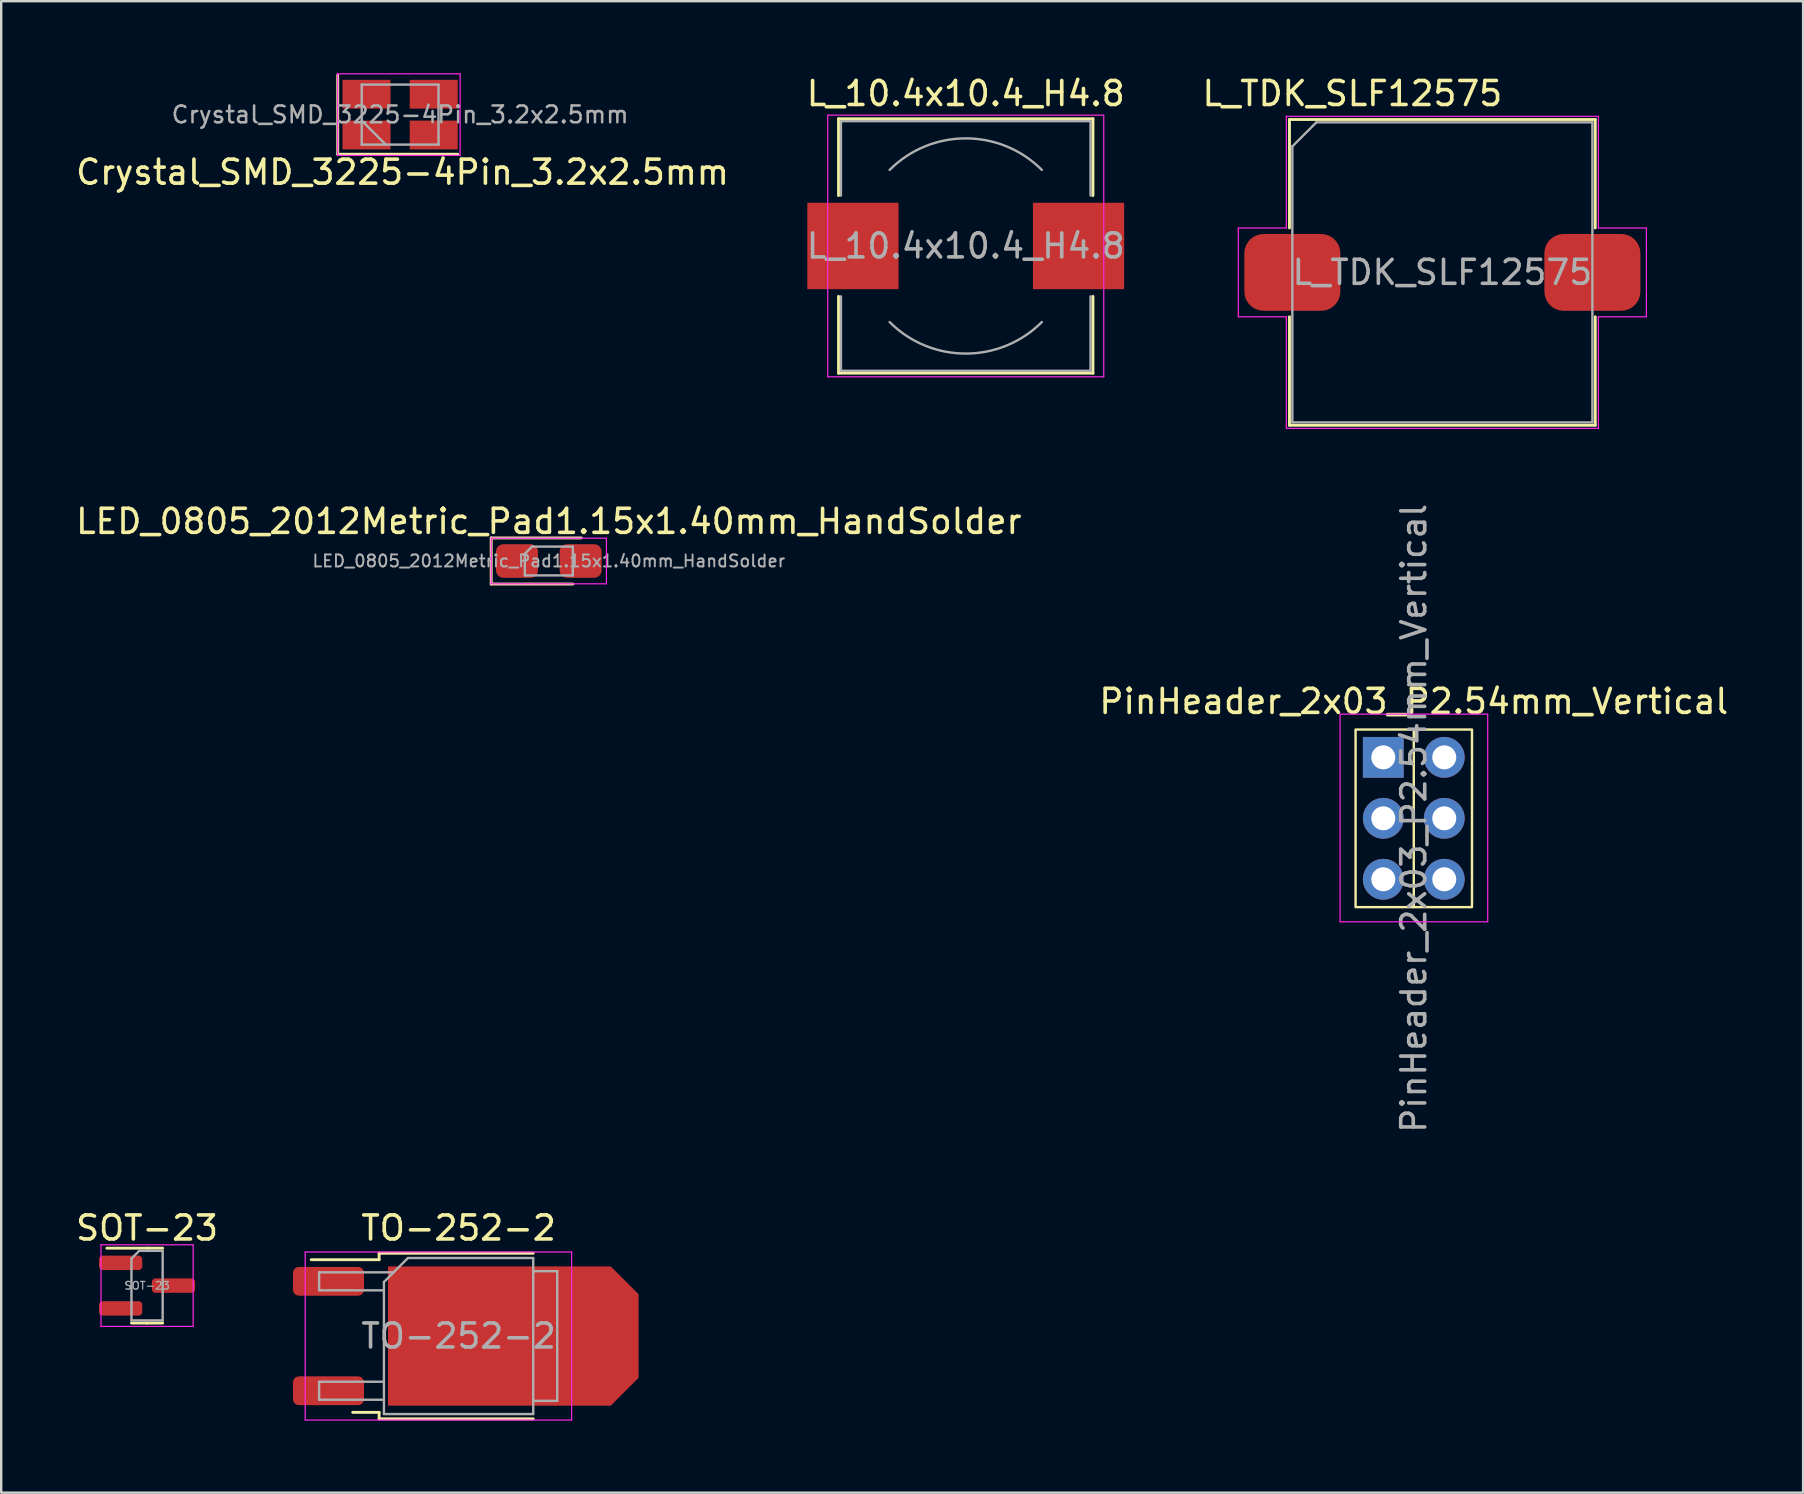
<source format=kicad_pcb>
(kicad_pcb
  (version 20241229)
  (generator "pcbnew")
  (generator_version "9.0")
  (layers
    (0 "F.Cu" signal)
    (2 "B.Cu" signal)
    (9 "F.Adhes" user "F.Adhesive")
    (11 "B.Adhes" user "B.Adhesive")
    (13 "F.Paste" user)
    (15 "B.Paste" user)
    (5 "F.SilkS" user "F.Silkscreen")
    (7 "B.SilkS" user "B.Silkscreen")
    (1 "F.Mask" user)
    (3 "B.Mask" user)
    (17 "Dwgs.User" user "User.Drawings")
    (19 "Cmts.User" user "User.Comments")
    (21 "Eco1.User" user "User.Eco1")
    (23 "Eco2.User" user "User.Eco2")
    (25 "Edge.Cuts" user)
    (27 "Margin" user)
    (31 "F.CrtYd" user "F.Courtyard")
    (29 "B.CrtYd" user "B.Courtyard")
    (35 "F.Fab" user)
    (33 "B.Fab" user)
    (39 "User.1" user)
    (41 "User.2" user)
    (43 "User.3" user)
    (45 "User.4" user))
  (footprint "TO-252-2"
    (layer "F.Cu")
    (at 16.055 52.612)
    (property "Reference" "TO-252-2" (at 0 -4.5 0) (layer "F.SilkS") (effects (font (size 1 1) (thickness 0.15))))
    (attr smd)
    (fp_line (start -3.31 -3.45) (end -3.31 -3.18) (stroke (width 0.12) (type solid)) (layer "F.SilkS"))
    (fp_line (start -3.31 -3.18) (end -6.14 -3.18) (stroke (width 0.12) (type solid)) (layer "F.SilkS"))
    (fp_line (start -3.31 3.18) (end -4.41 3.18) (stroke (width 0.12) (type solid)) (layer "F.SilkS"))
    (fp_line (start -3.31 3.45) (end -3.31 3.18) (stroke (width 0.12) (type solid)) (layer "F.SilkS"))
    (fp_line (start 3.11 -3.45) (end -3.31 -3.45) (stroke (width 0.12) (type solid)) (layer "F.SilkS"))
    (fp_line (start 3.11 3.45) (end -3.31 3.45) (stroke (width 0.12) (type solid)) (layer "F.SilkS"))
    (fp_line (start -6.39 -3.5) (end -6.39 3.5) (stroke (width 0.05) (type solid)) (layer "F.CrtYd"))
    (fp_line (start -6.39 3.5) (end 4.71 3.5) (stroke (width 0.05) (type solid)) (layer "F.CrtYd"))
    (fp_line (start 4.71 -3.5) (end -6.39 -3.5) (stroke (width 0.05) (type solid)) (layer "F.CrtYd"))
    (fp_line (start 4.71 3.5) (end 4.71 -3.5) (stroke (width 0.05) (type solid)) (layer "F.CrtYd"))
    (fp_line (start -5.81 -2.655) (end -5.81 -1.905) (stroke (width 0.1) (type solid)) (layer "F.Fab"))
    (fp_line (start -5.81 -1.905) (end -3.11 -1.905) (stroke (width 0.1) (type solid)) (layer "F.Fab"))
    (fp_line (start -5.81 1.905) (end -5.81 2.655) (stroke (width 0.1) (type solid)) (layer "F.Fab"))
    (fp_line (start -5.81 2.655) (end -3.11 2.655) (stroke (width 0.1) (type solid)) (layer "F.Fab"))
    (fp_line (start -3.11 -2.25) (end -2.11 -3.25) (stroke (width 0.1) (type solid)) (layer "F.Fab"))
    (fp_line (start -3.11 1.905) (end -5.81 1.905) (stroke (width 0.1) (type solid)) (layer "F.Fab"))
    (fp_line (start -3.11 3.25) (end -3.11 -2.25) (stroke (width 0.1) (type solid)) (layer "F.Fab"))
    (fp_line (start -2.705 -2.655) (end -5.81 -2.655) (stroke (width 0.1) (type solid)) (layer "F.Fab"))
    (fp_line (start -2.11 -3.25) (end 3.11 -3.25) (stroke (width 0.1) (type solid)) (layer "F.Fab"))
    (fp_line (start 3.11 -3.25) (end 3.11 3.25) (stroke (width 0.1) (type solid)) (layer "F.Fab"))
    (fp_line (start 3.11 -2.7) (end 4.11 -2.7) (stroke (width 0.1) (type solid)) (layer "F.Fab"))
    (fp_line (start 3.11 3.25) (end -3.11 3.25) (stroke (width 0.1) (type solid)) (layer "F.Fab"))
    (fp_line (start 4.11 -2.7) (end 4.11 2.7) (stroke (width 0.1) (type solid)) (layer "F.Fab"))
    (fp_line (start 4.11 2.7) (end 3.11 2.7) (stroke (width 0.1) (type solid)) (layer "F.Fab"))
    (fp_text user "${REFERENCE}" (at 0 0 0) (layer "F.Fab") (effects (font (size 1 1) (thickness 0.15))))
    (pad "1" smd roundrect (at -5.42 -2.28) (size 2.96 1.2) (layers "F.Cu" "F.Mask" "F.Paste") (roundrect_rratio 0.208))
    (pad "2" smd roundrect (at 2.28 0) (size 10.44 5.8) (layers "F.Cu" "F.Mask") (roundrect_rratio 0) (chamfer_ratio 0.2) (chamfer top_right bottom_right))
    (pad "3" smd roundrect (at -5.42 2.28) (size 2.96 1.2) (layers "F.Cu" "F.Mask" "F.Paste") (roundrect_rratio 0.208)))
  (footprint "L_10.4x10.4_H4.8"
    (layer "F.Cu")
    (at 37.185 7.198)
    (property "Reference" "L_10.4x10.4_H4.8" (at 0 -6.35 0) (layer "F.SilkS") (effects (font (size 1 1) (thickness 0.15))))
    (attr smd)
    (fp_line (start -5.3 -5.3) (end 5.3 -5.3) (stroke (width 0.12) (type solid)) (layer "F.SilkS"))
    (fp_line (start -5.3 -2.1) (end -5.3 -5.3) (stroke (width 0.12) (type solid)) (layer "F.SilkS"))
    (fp_line (start -5.3 5.3) (end -5.3 2.1) (stroke (width 0.12) (type solid)) (layer "F.SilkS"))
    (fp_line (start 5.3 -5.3) (end 5.3 -2.1) (stroke (width 0.12) (type solid)) (layer "F.SilkS"))
    (fp_line (start 5.3 2.1) (end 5.3 5.3) (stroke (width 0.12) (type solid)) (layer "F.SilkS"))
    (fp_line (start 5.3 5.3) (end -5.3 5.3) (stroke (width 0.12) (type solid)) (layer "F.SilkS"))
    (fp_line (start -5.75 -5.45) (end -5.75 5.45) (stroke (width 0.05) (type solid)) (layer "F.CrtYd"))
    (fp_line (start -5.75 5.45) (end 5.75 5.45) (stroke (width 0.05) (type solid)) (layer "F.CrtYd"))
    (fp_line (start 5.75 -5.45) (end -5.75 -5.45) (stroke (width 0.05) (type solid)) (layer "F.CrtYd"))
    (fp_line (start 5.75 5.45) (end 5.75 -5.45) (stroke (width 0.05) (type solid)) (layer "F.CrtYd"))
    (fp_line (start -5.2 -5.2) (end -5.2 -2.1) (stroke (width 0.1) (type solid)) (layer "F.Fab"))
    (fp_line (start -5.2 -5.2) (end 5.2 -5.2) (stroke (width 0.1) (type solid)) (layer "F.Fab"))
    (fp_line (start -5.2 5.2) (end -5.2 2.1) (stroke (width 0.1) (type solid)) (layer "F.Fab"))
    (fp_line (start -5.2 5.2) (end 5.2 5.2) (stroke (width 0.1) (type solid)) (layer "F.Fab"))
    (fp_line (start 5.2 -5.2) (end 5.2 -2.1) (stroke (width 0.1) (type solid)) (layer "F.Fab"))
    (fp_line (start 5.2 5.2) (end 5.2 2.1) (stroke (width 0.1) (type solid)) (layer "F.Fab"))
    (fp_arc (start -3.17 -3.17) (mid 0 -4.483057) (end 3.17 -3.17) (stroke (width 0.1) (type solid)) (layer "F.Fab"))
    (fp_arc (start 3.17 3.17) (mid 0 4.483057) (end -3.17 3.17) (stroke (width 0.1) (type solid)) (layer "F.Fab"))
    (fp_text user "${REFERENCE}" (at 0 0 0) (layer "F.Fab") (effects (font (size 1 1) (thickness 0.15))))
    (pad "1" smd rect (at -4.7 0) (size 3.8 3.6) (layers "F.Cu" "F.Mask" "F.Paste"))
    (pad "2" smd rect (at 4.7 0) (size 3.8 3.6) (layers "F.Cu" "F.Mask" "F.Paste")))
  (footprint "L_TDK_SLF12575"
    (layer "F.Cu")
    (at 57.042 8.298)
    (property "Reference" "L_TDK_SLF12575" (at -3.75 -7.45 0) (layer "F.SilkS") (effects (font (size 1 1) (thickness 0.15))))
    (attr smd)
    (fp_line (start -6.37 -6.37) (end -6.37 -1.85) (stroke (width 0.12) (type solid)) (layer "F.SilkS"))
    (fp_line (start -6.37 -6.37) (end 6.37 -6.37) (stroke (width 0.12) (type solid)) (layer "F.SilkS"))
    (fp_line (start -6.37 1.85) (end -6.37 6.37) (stroke (width 0.12) (type solid)) (layer "F.SilkS"))
    (fp_line (start -6.37 6.37) (end 6.37 6.37) (stroke (width 0.12) (type solid)) (layer "F.SilkS"))
    (fp_line (start 6.37 -6.37) (end 6.37 -1.85) (stroke (width 0.12) (type solid)) (layer "F.SilkS"))
    (fp_line (start 6.37 1.85) (end 6.37 6.37) (stroke (width 0.12) (type solid)) (layer "F.SilkS"))
    (fp_line (start -8.5 -1.85) (end -8.5 1.85) (stroke (width 0.05) (type solid)) (layer "F.CrtYd"))
    (fp_line (start -8.5 1.85) (end -6.5 1.85) (stroke (width 0.05) (type solid)) (layer "F.CrtYd"))
    (fp_line (start -6.5 -6.5) (end -6.5 -1.85) (stroke (width 0.05) (type solid)) (layer "F.CrtYd"))
    (fp_line (start -6.5 -6.5) (end 6.5 -6.5) (stroke (width 0.05) (type solid)) (layer "F.CrtYd"))
    (fp_line (start -6.5 -1.85) (end -8.5 -1.85) (stroke (width 0.05) (type solid)) (layer "F.CrtYd"))
    (fp_line (start -6.5 1.85) (end -6.5 6.5) (stroke (width 0.05) (type solid)) (layer "F.CrtYd"))
    (fp_line (start -6.5 6.5) (end 6.5 6.5) (stroke (width 0.05) (type solid)) (layer "F.CrtYd"))
    (fp_line (start 6.5 -6.5) (end 6.5 -1.85) (stroke (width 0.05) (type solid)) (layer "F.CrtYd"))
    (fp_line (start 6.5 -1.85) (end 8.5 -1.85) (stroke (width 0.05) (type solid)) (layer "F.CrtYd"))
    (fp_line (start 6.5 1.85) (end 6.5 6.5) (stroke (width 0.05) (type solid)) (layer "F.CrtYd"))
    (fp_line (start 8.5 -1.85) (end 8.5 1.85) (stroke (width 0.05) (type solid)) (layer "F.CrtYd"))
    (fp_line (start 8.5 1.85) (end 6.5 1.85) (stroke (width 0.05) (type solid)) (layer "F.CrtYd"))
    (fp_line (start -6.25 -5.25) (end -5.25 -6.25) (stroke (width 0.1) (type solid)) (layer "F.Fab"))
    (fp_line (start -6.25 6.25) (end -6.25 -5.25) (stroke (width 0.1) (type solid)) (layer "F.Fab"))
    (fp_line (start -5.25 -6.25) (end 6.25 -6.25) (stroke (width 0.1) (type solid)) (layer "F.Fab"))
    (fp_line (start 6.25 -6.25) (end 6.25 6.25) (stroke (width 0.1) (type solid)) (layer "F.Fab"))
    (fp_line (start 6.25 6.25) (end -6.25 6.25) (stroke (width 0.1) (type solid)) (layer "F.Fab"))
    (fp_text user "${REFERENCE}" (at 0 0 0) (layer "F.Fab") (effects (font (size 1 1) (thickness 0.15))))
    (pad "1" smd roundrect (at -6.25 0) (size 4 3.2) (layers "F.Cu" "F.Mask" "F.Paste") (roundrect_rratio 0.25))
    (pad "2" smd roundrect (at 6.25 0) (size 4 3.2) (layers "F.Cu" "F.Mask" "F.Paste") (roundrect_rratio 0.25)))
  (footprint "SOT-23"
    (layer "F.Cu")
    (at 3.077 50.512)
    (property "Reference" "SOT-23" (at 0 -2.4 0) (layer "F.SilkS") (effects (font (size 1 1) (thickness 0.15))))
    (attr smd)
    (fp_line (start 0 -1.56) (end -1.675 -1.56) (stroke (width 0.12) (type solid)) (layer "F.SilkS"))
    (fp_line (start 0 -1.56) (end 0.65 -1.56) (stroke (width 0.12) (type solid)) (layer "F.SilkS"))
    (fp_line (start 0 1.56) (end -0.65 1.56) (stroke (width 0.12) (type solid)) (layer "F.SilkS"))
    (fp_line (start 0 1.56) (end 0.65 1.56) (stroke (width 0.12) (type solid)) (layer "F.SilkS"))
    (fp_line (start -1.92 -1.7) (end -1.92 1.7) (stroke (width 0.05) (type solid)) (layer "F.CrtYd"))
    (fp_line (start -1.92 1.7) (end 1.92 1.7) (stroke (width 0.05) (type solid)) (layer "F.CrtYd"))
    (fp_line (start 1.92 -1.7) (end -1.92 -1.7) (stroke (width 0.05) (type solid)) (layer "F.CrtYd"))
    (fp_line (start 1.92 1.7) (end 1.92 -1.7) (stroke (width 0.05) (type solid)) (layer "F.CrtYd"))
    (fp_line (start -0.65 -1.125) (end -0.325 -1.45) (stroke (width 0.1) (type solid)) (layer "F.Fab"))
    (fp_line (start -0.65 1.45) (end -0.65 -1.125) (stroke (width 0.1) (type solid)) (layer "F.Fab"))
    (fp_line (start -0.325 -1.45) (end 0.65 -1.45) (stroke (width 0.1) (type solid)) (layer "F.Fab"))
    (fp_line (start 0.65 -1.45) (end 0.65 1.45) (stroke (width 0.1) (type solid)) (layer "F.Fab"))
    (fp_line (start 0.65 1.45) (end -0.65 1.45) (stroke (width 0.1) (type solid)) (layer "F.Fab"))
    (fp_text user "${REFERENCE}" (at 0 0 0) (layer "F.Fab") (effects (font (size 0.32 0.32) (thickness 0.05))))
    (pad "1" smd roundrect (at -1.1 -0.95) (size 1.8 0.6) (layers "F.Cu" "F.Mask" "F.Paste") (roundrect_rratio 0.25))
    (pad "2" smd roundrect (at -1.1 0.95) (size 1.8 0.6) (layers "F.Cu" "F.Mask" "F.Paste") (roundrect_rratio 0.25))
    (pad "3" smd roundrect (at 1.1 0) (size 1.8 0.6) (layers "F.Cu" "F.Mask" "F.Paste") (roundrect_rratio 0.25)))
  (footprint "PinHeader_2x03_P2.54mm_Vertical"
    (layer "F.Cu")
    (at 54.581 28.503)
    (property "Reference" "PinHeader_2x03_P2.54mm_Vertical" (at 1.27 -2.33 0) (layer "F.SilkS") (effects (font (size 1 1) (thickness 0.15))))
    (attr through_hole)
    (fp_line (start 1.27 -1.16) (end 1.27 6.24) (stroke (width 0.1) (type default)) (layer "F.SilkS"))
    (fp_rect (start -1.155 -1.16) (end 3.695 6.24) (stroke (width 0.1) (type default)) (fill no) (layer "F.SilkS"))
    (fp_line (start -1.8 -1.8) (end -1.8 6.85) (stroke (width 0.05) (type solid)) (layer "F.CrtYd"))
    (fp_line (start -1.8 6.85) (end 4.35 6.85) (stroke (width 0.05) (type solid)) (layer "F.CrtYd"))
    (fp_line (start 4.35 -1.8) (end -1.8 -1.8) (stroke (width 0.05) (type solid)) (layer "F.CrtYd"))
    (fp_line (start 4.35 6.85) (end 4.35 -1.8) (stroke (width 0.05) (type solid)) (layer "F.CrtYd"))
    (fp_text user "${REFERENCE}" (at 1.27 2.54 90) (layer "F.Fab") (effects (font (size 1 1) (thickness 0.15))))
    (pad "1" thru_hole rect (at 0 0) (size 1.7 1.7) (drill 1) (layers "*.Cu" "*.Mask"))
    (pad "2" thru_hole oval (at 2.54 0) (size 1.7 1.7) (drill 1) (layers "*.Cu" "*.Mask"))
    (pad "3" thru_hole oval (at 0 2.54) (size 1.7 1.7) (drill 1) (layers "*.Cu" "*.Mask"))
    (pad "4" thru_hole oval (at 2.54 2.54) (size 1.7 1.7) (drill 1) (layers "*.Cu" "*.Mask"))
    (pad "5" thru_hole oval (at 0 5.08) (size 1.7 1.7) (drill 1) (layers "*.Cu" "*.Mask"))
    (pad "6" thru_hole oval (at 2.54 5.08) (size 1.7 1.7) (drill 1) (layers "*.Cu" "*.Mask")))
  (footprint "LED_0805_2012Metric_Pad1.15x1.40mm_HandSolder"
    (layer "F.Cu")
    (at 19.815 20.322)
    (property "Reference" "LED_0805_2012Metric_Pad1.15x1.40mm_HandSolder" (at 0 -1.65 0) (layer "F.SilkS") (effects (font (size 1 1) (thickness 0.15))))
    (attr smd)
    (fp_line (start -2.4 -0.96) (end -2.4 0.96) (stroke (width 0.12) (type solid)) (layer "F.SilkS"))
    (fp_line (start -2.4 0.96) (end 1 0.96) (stroke (width 0.12) (type solid)) (layer "F.SilkS"))
    (fp_line (start 1.35 -0.96) (end -2.4 -0.96) (stroke (width 0.12) (type solid)) (layer "F.SilkS"))
    (fp_line (start -2.4 -0.95) (end 2.4 -0.95) (stroke (width 0.05) (type solid)) (layer "F.CrtYd"))
    (fp_line (start -2.4 0.95) (end -2.4 -0.95) (stroke (width 0.05) (type solid)) (layer "F.CrtYd"))
    (fp_line (start 2.4 -0.95) (end 2.4 0.95) (stroke (width 0.05) (type solid)) (layer "F.CrtYd"))
    (fp_line (start 2.4 0.95) (end -2.4 0.95) (stroke (width 0.05) (type solid)) (layer "F.CrtYd"))
    (fp_line (start -1 -0.3) (end -1 0.6) (stroke (width 0.1) (type solid)) (layer "F.Fab"))
    (fp_line (start -1 0.6) (end 1 0.6) (stroke (width 0.1) (type solid)) (layer "F.Fab"))
    (fp_line (start -0.7 -0.6) (end -1 -0.3) (stroke (width 0.1) (type solid)) (layer "F.Fab"))
    (fp_line (start 1 -0.6) (end -0.7 -0.6) (stroke (width 0.1) (type solid)) (layer "F.Fab"))
    (fp_line (start 1 0.6) (end 1 -0.6) (stroke (width 0.1) (type solid)) (layer "F.Fab"))
    (fp_text user "${REFERENCE}" (at 0 0 0) (layer "F.Fab") (effects (font (size 0.5 0.5) (thickness 0.08))))
    (pad "1" smd roundrect (at -1.325 0) (size 1.75 1.4) (layers "F.Cu" "F.Mask" "F.Paste") (roundrect_rratio 0.217))
    (pad "2" smd roundrect (at 1.325 0) (size 1.75 1.4) (layers "F.Cu" "F.Mask" "F.Paste") (roundrect_rratio 0.217)))
  (footprint "Crystal_SMD_3225-4Pin_3.2x2.5mm"
    (layer "F.Cu")
    (at 13.62 1.725)
    (property "Reference" "Crystal_SMD_3225-4Pin_3.2x2.5mm" (at 0.1 2.4 0) (layer "F.SilkS") (effects (font (size 1 1) (thickness 0.15))))
    (attr smd)
    (fp_line (start -2.6 -1.65) (end -2.6 1.65) (stroke (width 0.12) (type solid)) (layer "F.SilkS"))
    (fp_line (start -2.6 1.65) (end 2.4 1.65) (stroke (width 0.12) (type solid)) (layer "F.SilkS"))
    (fp_line (start -2.6 -1.7) (end -2.6 1.7) (stroke (width 0.05) (type solid)) (layer "F.CrtYd"))
    (fp_line (start -2.6 1.7) (end 2.5 1.7) (stroke (width 0.05) (type solid)) (layer "F.CrtYd"))
    (fp_line (start 2.5 -1.7) (end -2.6 -1.7) (stroke (width 0.05) (type solid)) (layer "F.CrtYd"))
    (fp_line (start 2.5 1.7) (end 2.5 -1.7) (stroke (width 0.05) (type solid)) (layer "F.CrtYd"))
    (fp_line (start -1.6 -1.25) (end -1.6 1.25) (stroke (width 0.1) (type solid)) (layer "F.Fab"))
    (fp_line (start -1.6 0.25) (end -0.6 1.25) (stroke (width 0.1) (type solid)) (layer "F.Fab"))
    (fp_line (start -1.6 1.25) (end 1.6 1.25) (stroke (width 0.1) (type solid)) (layer "F.Fab"))
    (fp_line (start 1.6 -1.25) (end -1.6 -1.25) (stroke (width 0.1) (type solid)) (layer "F.Fab"))
    (fp_line (start 1.6 1.25) (end 1.6 -1.25) (stroke (width 0.1) (type solid)) (layer "F.Fab"))
    (fp_text user "${REFERENCE}" (at 0 0 0) (layer "F.Fab") (effects (font (size 0.7 0.7) (thickness 0.105))))
    (pad "1" smd rect (at -1.4 0.85) (size 2 1.2) (layers "F.Cu" "F.Mask" "F.Paste"))
    (pad "2" smd rect (at 1.4 0.85) (size 2 1.2) (layers "F.Cu" "F.Mask" "F.Paste"))
    (pad "3" smd rect (at 1.4 -0.85) (size 2 1.2) (layers "F.Cu" "F.Mask" "F.Paste"))
    (pad "4" smd rect (at -1.4 -0.85) (size 2 1.2) (layers "F.Cu" "F.Mask" "F.Paste")))
  (gr_rect
    (start -3 -3)
    (end 72.071 59.137)
    (stroke (width 0.1) (type default))
    (fill no)
    (layer "Edge.Cuts")))
</source>
